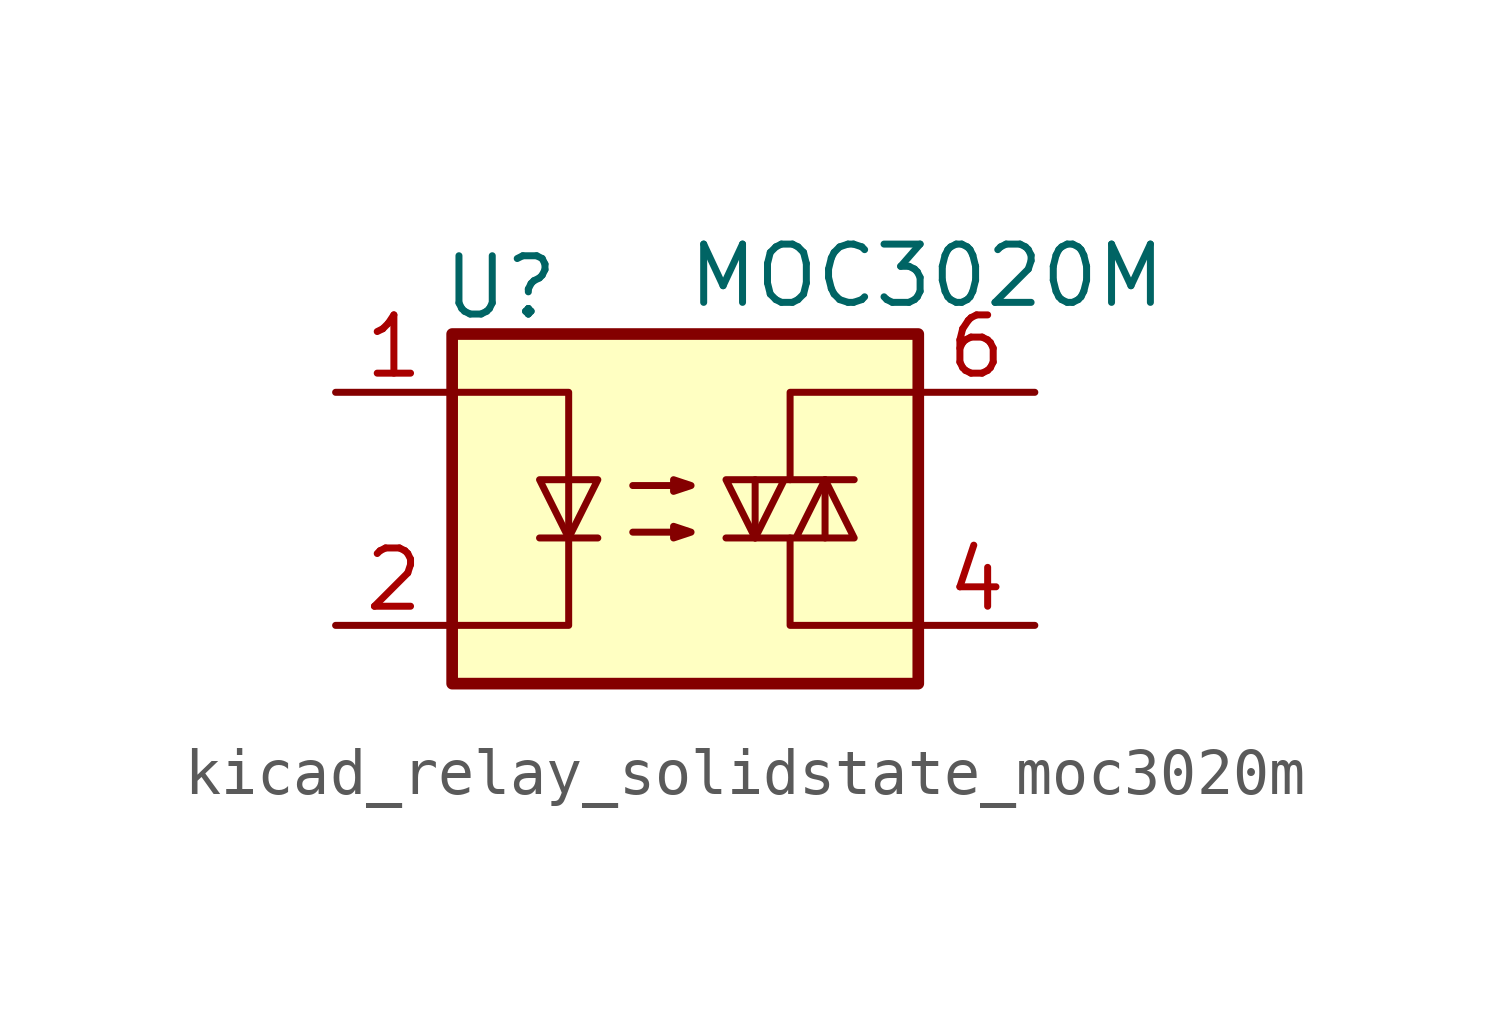
<source format=kicad_sym>
(kicad_symbol_lib
  (version 20220914)
  (generator kicad_symbol_editor)
  (symbol "kicad_relay_solidstate_moc3020m"
    (property "Reference" "U"
      (at -5.334 4.826 0)
      (effects (font (size 1.27 1.27)) (justify left)))
    (property "Value" "MOC3020M"
      (at 0 5.08 0)
      (effects (font (size 1.27 1.27)) (justify left)))
    (symbol "kicad_relay_solidstate_moc3020m_0_1"
      (rectangle (start -5.08 3.81) (end 5.08 -3.81) (stroke (width 0.254) (type default)) (fill (type background)))
      (polyline (pts (xy -3.175 -0.635) (xy -1.905 -0.635)) (stroke (width 0) (type default)) (fill (type none)))
      (polyline (pts (xy 1.524 -0.635) (xy 1.524 0.635)) (stroke (width 0) (type default)) (fill (type none)))
      (polyline (pts (xy 3.048 0.635) (xy 3.048 -0.635)) (stroke (width 0) (type default)) (fill (type none)))
      (polyline (pts (xy 2.286 -0.635) (xy 2.286 -2.54) (xy 5.08 -2.54)) (stroke (width 0) (type default)) (fill (type none)))
      (polyline (pts (xy 2.286 0.635) (xy 2.286 2.54) (xy 5.08 2.54)) (stroke (width 0) (type default)) (fill (type none)))
      (polyline (pts (xy -5.08 2.54) (xy -2.54 2.54) (xy -2.54 -2.54) (xy -5.08 -2.54)) (stroke (width 0) (type default)) (fill (type none)))
      (polyline (pts (xy -2.54 -0.635) (xy -3.175 0.635) (xy -1.905 0.635) (xy -2.54 -0.635)) (stroke (width 0) (type default)) (fill (type none)))
      (polyline (pts (xy 0.889 -0.635) (xy 3.683 -0.635) (xy 3.048 0.635) (xy 2.413 -0.635)) (stroke (width 0) (type default)) (fill (type none)))
      (polyline (pts (xy 3.683 0.635) (xy 0.889 0.635) (xy 1.524 -0.635) (xy 2.159 0.635)) (stroke (width 0) (type default)) (fill (type none)))
      (polyline (pts (xy -1.143 -0.508) (xy 0.127 -0.508) (xy -0.254 -0.635) (xy -0.254 -0.381) (xy 0.127 -0.508)) (stroke (width 0) (type default)) (fill (type none)))
      (polyline (pts (xy -1.143 0.508) (xy 0.127 0.508) (xy -0.254 0.381) (xy -0.254 0.635) (xy 0.127 0.508)) (stroke (width 0) (type default)) (fill (type none))))
    (symbol "kicad_relay_solidstate_moc3020m_1_1"
      (pin passive line (at -7.62 2.54 0) (length 2.54) (name "~" (effects (font (size 1.27 1.27)))) (number "1" (effects (font (size 1.27 1.27)))))
      (pin passive line (at -7.62 -2.54 0) (length 2.54) (name "~" (effects (font (size 1.27 1.27)))) (number "2" (effects (font (size 1.27 1.27)))))
      (pin no_connect line (at -5.08 0 0) (length 2.54) hide (name "NC" (effects (font (size 1.27 1.27)))) (number "3" (effects (font (size 1.27 1.27)))))
      (pin passive line (at 7.62 -2.54 180) (length 2.54) (name "~" (effects (font (size 1.27 1.27)))) (number "4" (effects (font (size 1.27 1.27)))))
      (pin no_connect line (at 5.08 0 180) (length 2.54) hide (name "NC" (effects (font (size 1.27 1.27)))) (number "5" (effects (font (size 1.27 1.27)))))
      (pin passive line (at 7.62 2.54 180) (length 2.54) (name "~" (effects (font (size 1.27 1.27)))) (number "6" (effects (font (size 1.27 1.27))))))))
</source>
